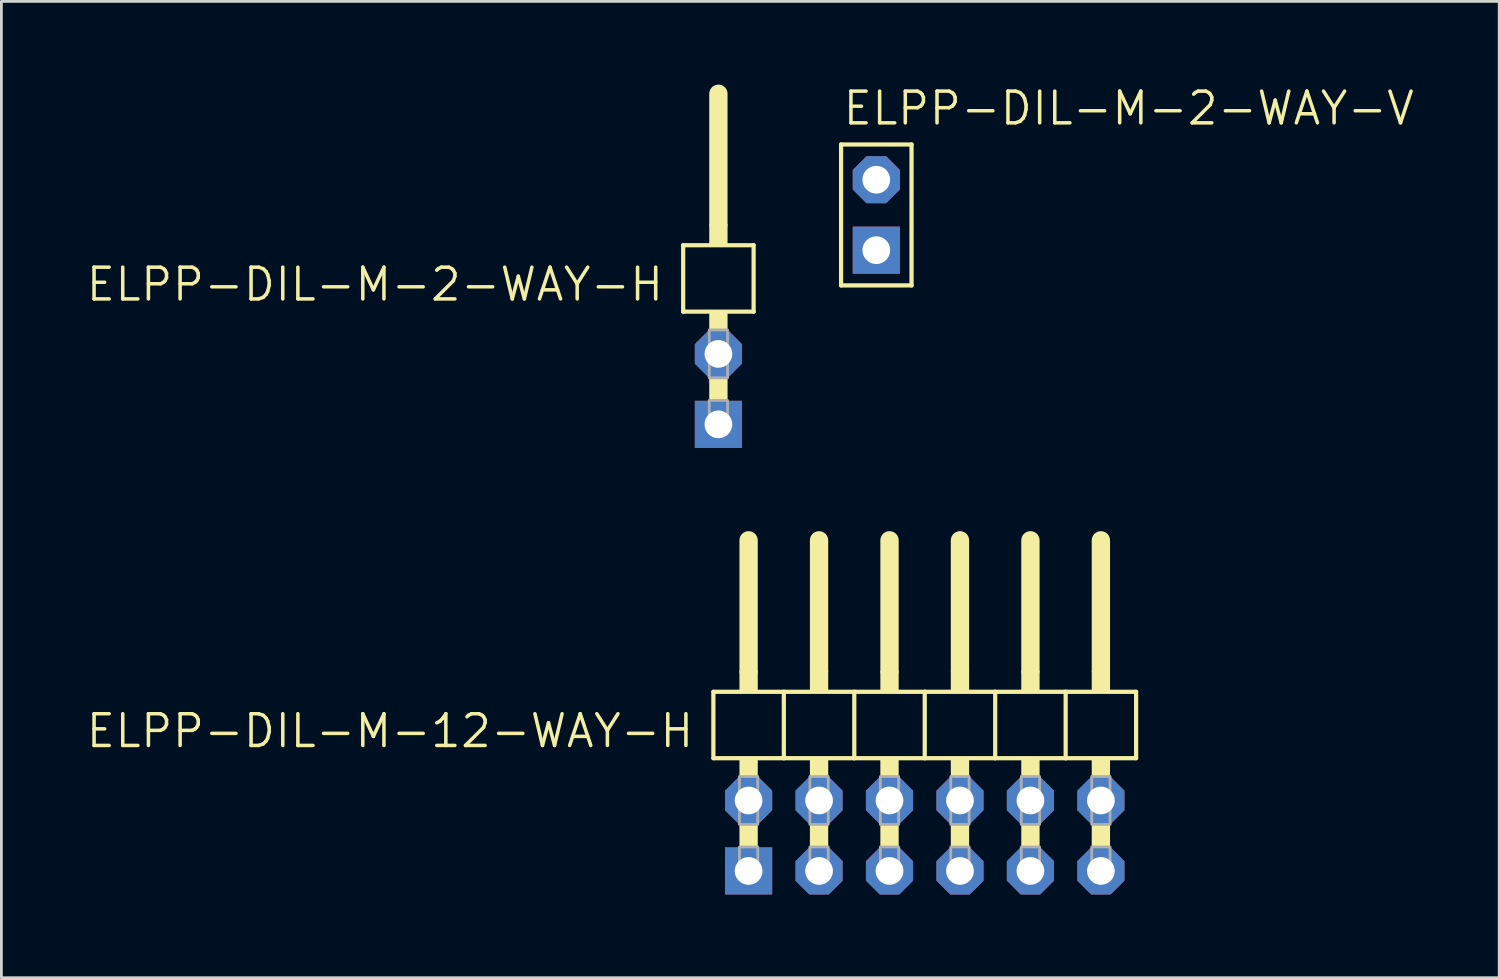
<source format=kicad_pcb>
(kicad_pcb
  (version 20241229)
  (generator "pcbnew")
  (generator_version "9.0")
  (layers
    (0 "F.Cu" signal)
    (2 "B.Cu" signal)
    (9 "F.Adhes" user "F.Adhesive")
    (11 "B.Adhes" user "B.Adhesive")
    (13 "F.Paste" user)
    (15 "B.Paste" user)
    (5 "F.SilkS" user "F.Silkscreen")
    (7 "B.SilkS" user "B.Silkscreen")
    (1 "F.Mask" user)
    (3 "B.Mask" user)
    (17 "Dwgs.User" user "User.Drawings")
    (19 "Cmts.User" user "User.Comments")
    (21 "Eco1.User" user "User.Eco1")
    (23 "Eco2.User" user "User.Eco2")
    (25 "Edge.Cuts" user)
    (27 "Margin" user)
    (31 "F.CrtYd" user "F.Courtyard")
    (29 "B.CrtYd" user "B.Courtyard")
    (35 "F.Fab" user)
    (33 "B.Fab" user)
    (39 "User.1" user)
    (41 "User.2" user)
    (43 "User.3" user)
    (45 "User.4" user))
  (footprint "ELPP-DIL-M-2-WAY-H"
    (layer "F.Cu")
    (at 22.849 10.979)
    (property "Reference" "ELPP-DIL-M-2-WAY-H" (at -1.905 -4.445 0) (unlocked yes) (layer "F.SilkS") (effects (font (size 1.143 1.143) (thickness 0.127)) (justify right top)))
    (fp_line (start -1.27 -5.188) (end 1.27 -5.188) (stroke (width 0.152) (type solid)) (layer "F.SilkS"))
    (fp_line (start -1.27 -2.794) (end -1.27 -5.188) (stroke (width 0.152) (type solid)) (layer "F.SilkS"))
    (fp_line (start 0 -5.95) (end 0 -10.649) (stroke (width 0.66) (type solid)) (layer "F.SilkS"))
    (fp_line (start 1.27 -2.794) (end -1.27 -2.794) (stroke (width 0.152) (type solid)) (layer "F.SilkS"))
    (fp_line (start 1.27 -2.794) (end 1.27 -5.188) (stroke (width 0.152) (type solid)) (layer "F.SilkS"))
    (fp_poly (pts (xy -0.33 -5.188) (xy 0.33 -5.188) (xy 0.33 -5.95) (xy -0.33 -5.95)) (stroke (width 0) (type default)) (fill yes) (layer "F.SilkS"))
    (fp_poly (pts (xy -0.33 -2.134) (xy 0.33 -2.134) (xy 0.33 -2.794) (xy -0.33 -2.794)) (stroke (width 0) (type default)) (fill yes) (layer "F.SilkS"))
    (fp_poly (pts (xy -0.33 0.406) (xy 0.33 0.406) (xy 0.33 -0.406) (xy -0.33 -0.406)) (stroke (width 0) (type default)) (fill yes) (layer "F.SilkS"))
    (fp_poly (pts (xy -0.33 -0.406) (xy 0.33 -0.406) (xy 0.33 -2.134) (xy -0.33 -2.134)) (stroke (width 0.1) (type default)) (fill no) (layer "F.Fab"))
    (fp_poly (pts (xy -0.33 1.575) (xy 0.33 1.575) (xy 0.33 0.406) (xy -0.33 0.406)) (stroke (width 0.1) (type default)) (fill no) (layer "F.Fab"))
    (pad "1" thru_hole rect (at 0 1.27) (size 1.7 1.7) (drill 1) (layers "*.Cu" "*.Mask"))
    (pad "2" thru_hole roundrect (at 0 -1.27) (size 1.7 1.7) (drill 1) (layers "*.Cu" "*.Mask") (roundrect_rratio 0.25) (chamfer_ratio 0.293) (chamfer top_left top_right bottom_left bottom_right)))
  (footprint "ELPP-DIL-M-12-WAY-H"
    (layer "F.Cu")
    (at 30.288 27.078)
    (property "Reference" "ELPP-DIL-M-12-WAY-H" (at -8.255 -4.445 0) (unlocked yes) (layer "F.SilkS") (effects (font (size 1.143 1.143) (thickness 0.127)) (justify right top)))
    (fp_line (start -7.62 -5.188) (end -5.08 -5.188) (stroke (width 0.152) (type solid)) (layer "F.SilkS"))
    (fp_line (start -7.62 -2.794) (end -7.62 -5.188) (stroke (width 0.152) (type solid)) (layer "F.SilkS"))
    (fp_line (start -6.35 -5.95) (end -6.35 -10.649) (stroke (width 0.66) (type solid)) (layer "F.SilkS"))
    (fp_line (start -5.08 -5.188) (end -2.54 -5.188) (stroke (width 0.152) (type solid)) (layer "F.SilkS"))
    (fp_line (start -5.08 -2.794) (end -7.62 -2.794) (stroke (width 0.152) (type solid)) (layer "F.SilkS"))
    (fp_line (start -5.08 -2.794) (end -5.08 -5.188) (stroke (width 0.152) (type solid)) (layer "F.SilkS"))
    (fp_line (start -5.08 -2.794) (end -2.54 -2.794) (stroke (width 0.152) (type solid)) (layer "F.SilkS"))
    (fp_line (start -3.81 -5.95) (end -3.81 -10.649) (stroke (width 0.66) (type solid)) (layer "F.SilkS"))
    (fp_line (start -2.54 -5.188) (end 0 -5.188) (stroke (width 0.152) (type solid)) (layer "F.SilkS"))
    (fp_line (start -2.54 -2.794) (end -2.54 -5.188) (stroke (width 0.152) (type solid)) (layer "F.SilkS"))
    (fp_line (start -1.27 -5.95) (end -1.27 -10.649) (stroke (width 0.66) (type solid)) (layer "F.SilkS"))
    (fp_line (start 0 -5.188) (end 2.54 -5.188) (stroke (width 0.152) (type solid)) (layer "F.SilkS"))
    (fp_line (start 0 -2.794) (end -2.54 -2.794) (stroke (width 0.152) (type solid)) (layer "F.SilkS"))
    (fp_line (start 0 -2.794) (end 0 -5.188) (stroke (width 0.152) (type solid)) (layer "F.SilkS"))
    (fp_line (start 1.27 -5.95) (end 1.27 -10.649) (stroke (width 0.66) (type solid)) (layer "F.SilkS"))
    (fp_line (start 2.54 -5.188) (end 5.08 -5.188) (stroke (width 0.152) (type solid)) (layer "F.SilkS"))
    (fp_line (start 2.54 -2.794) (end 0 -2.794) (stroke (width 0.152) (type solid)) (layer "F.SilkS"))
    (fp_line (start 2.54 -2.794) (end 2.54 -5.188) (stroke (width 0.152) (type solid)) (layer "F.SilkS"))
    (fp_line (start 3.81 -5.95) (end 3.81 -10.649) (stroke (width 0.66) (type solid)) (layer "F.SilkS"))
    (fp_line (start 5.08 -5.188) (end 7.62 -5.188) (stroke (width 0.152) (type solid)) (layer "F.SilkS"))
    (fp_line (start 5.08 -2.794) (end 2.54 -2.794) (stroke (width 0.152) (type solid)) (layer "F.SilkS"))
    (fp_line (start 5.08 -2.794) (end 5.08 -5.188) (stroke (width 0.152) (type solid)) (layer "F.SilkS"))
    (fp_line (start 6.35 -5.95) (end 6.35 -10.649) (stroke (width 0.66) (type solid)) (layer "F.SilkS"))
    (fp_line (start 7.62 -2.794) (end 5.08 -2.794) (stroke (width 0.152) (type solid)) (layer "F.SilkS"))
    (fp_line (start 7.62 -2.794) (end 7.62 -5.188) (stroke (width 0.152) (type solid)) (layer "F.SilkS"))
    (fp_poly (pts (xy -6.68 -5.188) (xy -6.02 -5.188) (xy -6.02 -5.95) (xy -6.68 -5.95)) (stroke (width 0) (type default)) (fill yes) (layer "F.SilkS"))
    (fp_poly (pts (xy -6.68 -2.134) (xy -6.02 -2.134) (xy -6.02 -2.794) (xy -6.68 -2.794)) (stroke (width 0) (type default)) (fill yes) (layer "F.SilkS"))
    (fp_poly (pts (xy -6.68 0.406) (xy -6.02 0.406) (xy -6.02 -0.406) (xy -6.68 -0.406)) (stroke (width 0) (type default)) (fill yes) (layer "F.SilkS"))
    (fp_poly (pts (xy -4.14 -5.188) (xy -3.48 -5.188) (xy -3.48 -5.95) (xy -4.14 -5.95)) (stroke (width 0) (type default)) (fill yes) (layer "F.SilkS"))
    (fp_poly (pts (xy -4.14 -2.134) (xy -3.48 -2.134) (xy -3.48 -2.794) (xy -4.14 -2.794)) (stroke (width 0) (type default)) (fill yes) (layer "F.SilkS"))
    (fp_poly (pts (xy -4.14 0.406) (xy -3.48 0.406) (xy -3.48 -0.406) (xy -4.14 -0.406)) (stroke (width 0) (type default)) (fill yes) (layer "F.SilkS"))
    (fp_poly (pts (xy -1.6 -5.188) (xy -0.94 -5.188) (xy -0.94 -5.95) (xy -1.6 -5.95)) (stroke (width 0) (type default)) (fill yes) (layer "F.SilkS"))
    (fp_poly (pts (xy -1.6 -2.134) (xy -0.94 -2.134) (xy -0.94 -2.794) (xy -1.6 -2.794)) (stroke (width 0) (type default)) (fill yes) (layer "F.SilkS"))
    (fp_poly (pts (xy -1.6 0.406) (xy -0.94 0.406) (xy -0.94 -0.406) (xy -1.6 -0.406)) (stroke (width 0) (type default)) (fill yes) (layer "F.SilkS"))
    (fp_poly (pts (xy 0.94 -5.188) (xy 1.6 -5.188) (xy 1.6 -5.95) (xy 0.94 -5.95)) (stroke (width 0) (type default)) (fill yes) (layer "F.SilkS"))
    (fp_poly (pts (xy 0.94 -2.134) (xy 1.6 -2.134) (xy 1.6 -2.794) (xy 0.94 -2.794)) (stroke (width 0) (type default)) (fill yes) (layer "F.SilkS"))
    (fp_poly (pts (xy 0.94 0.406) (xy 1.6 0.406) (xy 1.6 -0.406) (xy 0.94 -0.406)) (stroke (width 0) (type default)) (fill yes) (layer "F.SilkS"))
    (fp_poly (pts (xy 3.48 -5.188) (xy 4.14 -5.188) (xy 4.14 -5.95) (xy 3.48 -5.95)) (stroke (width 0) (type default)) (fill yes) (layer "F.SilkS"))
    (fp_poly (pts (xy 3.48 -2.134) (xy 4.14 -2.134) (xy 4.14 -2.794) (xy 3.48 -2.794)) (stroke (width 0) (type default)) (fill yes) (layer "F.SilkS"))
    (fp_poly (pts (xy 3.48 0.406) (xy 4.14 0.406) (xy 4.14 -0.406) (xy 3.48 -0.406)) (stroke (width 0) (type default)) (fill yes) (layer "F.SilkS"))
    (fp_poly (pts (xy 6.02 -5.188) (xy 6.68 -5.188) (xy 6.68 -5.95) (xy 6.02 -5.95)) (stroke (width 0) (type default)) (fill yes) (layer "F.SilkS"))
    (fp_poly (pts (xy 6.02 -2.134) (xy 6.68 -2.134) (xy 6.68 -2.794) (xy 6.02 -2.794)) (stroke (width 0) (type default)) (fill yes) (layer "F.SilkS"))
    (fp_poly (pts (xy 6.02 0.406) (xy 6.68 0.406) (xy 6.68 -0.406) (xy 6.02 -0.406)) (stroke (width 0) (type default)) (fill yes) (layer "F.SilkS"))
    (fp_poly (pts (xy -6.68 -0.406) (xy -6.02 -0.406) (xy -6.02 -2.134) (xy -6.68 -2.134)) (stroke (width 0.1) (type default)) (fill no) (layer "F.Fab"))
    (fp_poly (pts (xy -6.68 1.575) (xy -6.02 1.575) (xy -6.02 0.406) (xy -6.68 0.406)) (stroke (width 0.1) (type default)) (fill no) (layer "F.Fab"))
    (fp_poly (pts (xy -4.14 -0.406) (xy -3.48 -0.406) (xy -3.48 -2.134) (xy -4.14 -2.134)) (stroke (width 0.1) (type default)) (fill no) (layer "F.Fab"))
    (fp_poly (pts (xy -4.14 1.575) (xy -3.48 1.575) (xy -3.48 0.406) (xy -4.14 0.406)) (stroke (width 0.1) (type default)) (fill no) (layer "F.Fab"))
    (fp_poly (pts (xy -1.6 -0.406) (xy -0.94 -0.406) (xy -0.94 -2.134) (xy -1.6 -2.134)) (stroke (width 0.1) (type default)) (fill no) (layer "F.Fab"))
    (fp_poly (pts (xy -1.6 1.575) (xy -0.94 1.575) (xy -0.94 0.406) (xy -1.6 0.406)) (stroke (width 0.1) (type default)) (fill no) (layer "F.Fab"))
    (fp_poly (pts (xy 0.94 -0.406) (xy 1.6 -0.406) (xy 1.6 -2.134) (xy 0.94 -2.134)) (stroke (width 0.1) (type default)) (fill no) (layer "F.Fab"))
    (fp_poly (pts (xy 0.94 1.575) (xy 1.6 1.575) (xy 1.6 0.406) (xy 0.94 0.406)) (stroke (width 0.1) (type default)) (fill no) (layer "F.Fab"))
    (fp_poly (pts (xy 3.48 -0.406) (xy 4.14 -0.406) (xy 4.14 -2.134) (xy 3.48 -2.134)) (stroke (width 0.1) (type default)) (fill no) (layer "F.Fab"))
    (fp_poly (pts (xy 3.48 1.575) (xy 4.14 1.575) (xy 4.14 0.406) (xy 3.48 0.406)) (stroke (width 0.1) (type default)) (fill no) (layer "F.Fab"))
    (fp_poly (pts (xy 6.02 -0.406) (xy 6.68 -0.406) (xy 6.68 -2.134) (xy 6.02 -2.134)) (stroke (width 0.1) (type default)) (fill no) (layer "F.Fab"))
    (fp_poly (pts (xy 6.02 1.575) (xy 6.68 1.575) (xy 6.68 0.406) (xy 6.02 0.406)) (stroke (width 0.1) (type default)) (fill no) (layer "F.Fab"))
    (pad "1" thru_hole rect (at -6.35 1.27) (size 1.7 1.7) (drill 1) (layers "*.Cu" "*.Mask"))
    (pad "2" thru_hole roundrect (at -6.35 -1.27) (size 1.7 1.7) (drill 1) (layers "*.Cu" "*.Mask") (roundrect_rratio 0.25) (chamfer_ratio 0.293) (chamfer top_left top_right bottom_left bottom_right))
    (pad "3" thru_hole roundrect (at -3.81 1.27) (size 1.7 1.7) (drill 1) (layers "*.Cu" "*.Mask") (roundrect_rratio 0.25) (chamfer_ratio 0.293) (chamfer top_left top_right bottom_left bottom_right))
    (pad "4" thru_hole roundrect (at -3.81 -1.27) (size 1.7 1.7) (drill 1) (layers "*.Cu" "*.Mask") (roundrect_rratio 0.25) (chamfer_ratio 0.293) (chamfer top_left top_right bottom_left bottom_right))
    (pad "5" thru_hole roundrect (at -1.27 1.27) (size 1.7 1.7) (drill 1) (layers "*.Cu" "*.Mask") (roundrect_rratio 0.25) (chamfer_ratio 0.293) (chamfer top_left top_right bottom_left bottom_right))
    (pad "6" thru_hole roundrect (at -1.27 -1.27) (size 1.7 1.7) (drill 1) (layers "*.Cu" "*.Mask") (roundrect_rratio 0.25) (chamfer_ratio 0.293) (chamfer top_left top_right bottom_left bottom_right))
    (pad "7" thru_hole roundrect (at 1.27 1.27) (size 1.7 1.7) (drill 1) (layers "*.Cu" "*.Mask") (roundrect_rratio 0.25) (chamfer_ratio 0.293) (chamfer top_left top_right bottom_left bottom_right))
    (pad "8" thru_hole roundrect (at 1.27 -1.27) (size 1.7 1.7) (drill 1) (layers "*.Cu" "*.Mask") (roundrect_rratio 0.25) (chamfer_ratio 0.293) (chamfer top_left top_right bottom_left bottom_right))
    (pad "9" thru_hole roundrect (at 3.81 1.27) (size 1.7 1.7) (drill 1) (layers "*.Cu" "*.Mask") (roundrect_rratio 0.25) (chamfer_ratio 0.293) (chamfer top_left top_right bottom_left bottom_right))
    (pad "10" thru_hole roundrect (at 3.81 -1.27) (size 1.7 1.7) (drill 1) (layers "*.Cu" "*.Mask") (roundrect_rratio 0.25) (chamfer_ratio 0.293) (chamfer top_left top_right bottom_left bottom_right))
    (pad "11" thru_hole roundrect (at 6.35 1.27) (size 1.7 1.7) (drill 1) (layers "*.Cu" "*.Mask") (roundrect_rratio 0.25) (chamfer_ratio 0.293) (chamfer top_left top_right bottom_left bottom_right))
    (pad "12" thru_hole roundrect (at 6.35 -1.27) (size 1.7 1.7) (drill 1) (layers "*.Cu" "*.Mask") (roundrect_rratio 0.25) (chamfer_ratio 0.293) (chamfer top_left top_right bottom_left bottom_right)))
  (footprint "ELPP-DIL-M-2-WAY-V"
    (layer "F.Cu")
    (at 28.542 4.699)
    (property "Reference" "ELPP-DIL-M-2-WAY-V" (at -1.27 -3.175 0) (unlocked yes) (layer "F.SilkS") (effects (font (size 1.143 1.143) (thickness 0.127)) (justify left bottom)))
    (fp_line (start -1.27 -2.54) (end 1.27 -2.54) (stroke (width 0.152) (type solid)) (layer "F.SilkS"))
    (fp_line (start -1.27 2.54) (end -1.27 -2.54) (stroke (width 0.152) (type solid)) (layer "F.SilkS"))
    (fp_line (start -1.27 2.54) (end 1.27 2.54) (stroke (width 0.152) (type solid)) (layer "F.SilkS"))
    (fp_line (start 1.27 2.54) (end 1.27 -2.54) (stroke (width 0.152) (type solid)) (layer "F.SilkS"))
    (fp_poly (pts (xy -0.254 -1.016) (xy 0.254 -1.016) (xy 0.254 -1.524) (xy -0.254 -1.524)) (stroke (width 0.1) (type default)) (fill no) (layer "F.Fab"))
    (fp_poly (pts (xy -0.254 1.524) (xy 0.254 1.524) (xy 0.254 1.016) (xy -0.254 1.016)) (stroke (width 0.1) (type default)) (fill no) (layer "F.Fab"))
    (pad "1" thru_hole rect (at 0 1.27 90) (size 1.7 1.7) (drill 1) (layers "*.Cu" "*.Mask"))
    (pad "2" thru_hole roundrect (at 0 -1.27 90) (size 1.7 1.7) (drill 1) (layers "*.Cu" "*.Mask") (roundrect_rratio 0.25) (chamfer_ratio 0.293) (chamfer top_left top_right bottom_left bottom_right)))
  (gr_rect
    (start -3 -3)
    (end 50.998 32.198)
    (stroke (width 0.1) (type default))
    (fill no)
    (layer "Edge.Cuts")))
</source>
